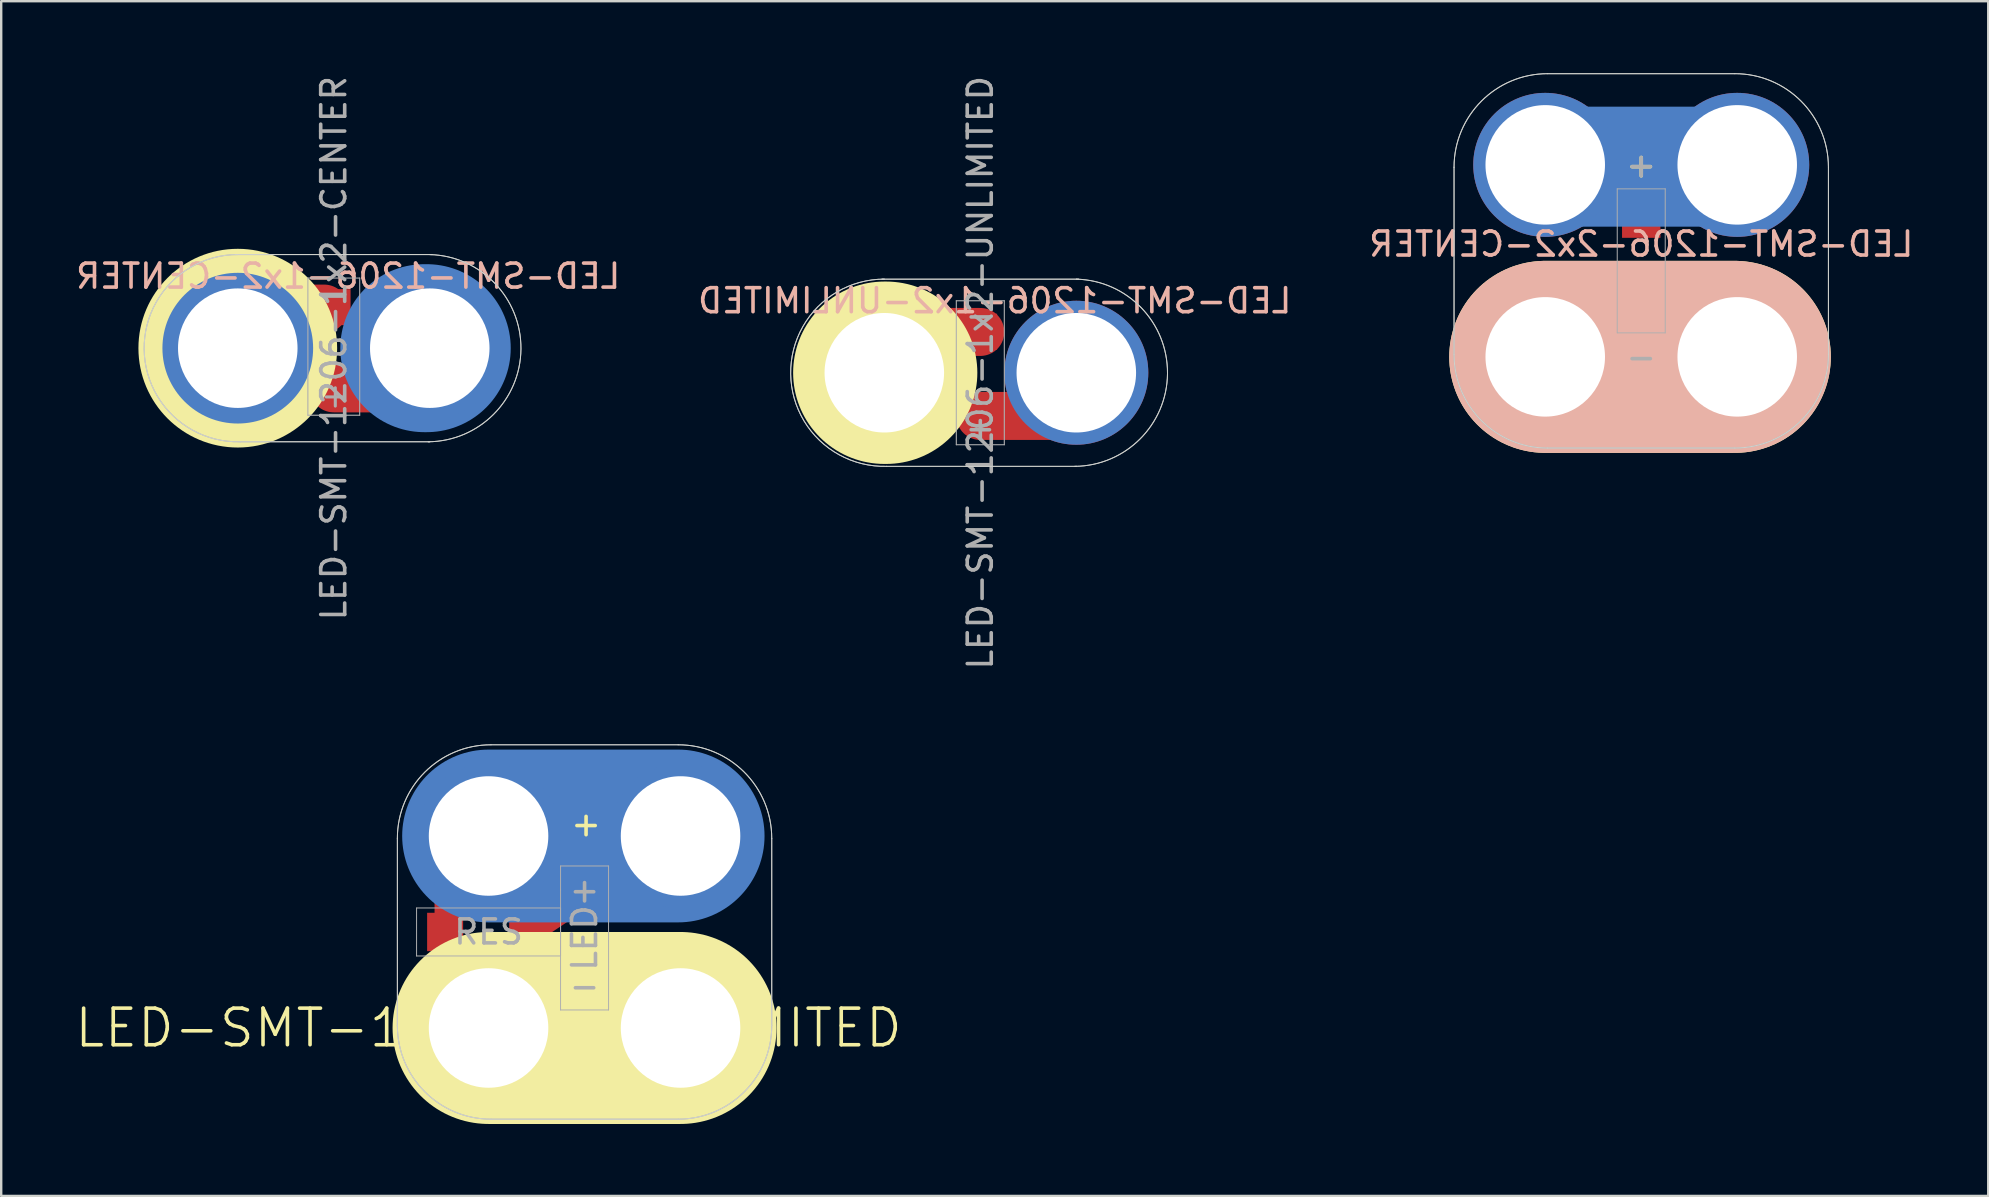
<source format=kicad_pcb>
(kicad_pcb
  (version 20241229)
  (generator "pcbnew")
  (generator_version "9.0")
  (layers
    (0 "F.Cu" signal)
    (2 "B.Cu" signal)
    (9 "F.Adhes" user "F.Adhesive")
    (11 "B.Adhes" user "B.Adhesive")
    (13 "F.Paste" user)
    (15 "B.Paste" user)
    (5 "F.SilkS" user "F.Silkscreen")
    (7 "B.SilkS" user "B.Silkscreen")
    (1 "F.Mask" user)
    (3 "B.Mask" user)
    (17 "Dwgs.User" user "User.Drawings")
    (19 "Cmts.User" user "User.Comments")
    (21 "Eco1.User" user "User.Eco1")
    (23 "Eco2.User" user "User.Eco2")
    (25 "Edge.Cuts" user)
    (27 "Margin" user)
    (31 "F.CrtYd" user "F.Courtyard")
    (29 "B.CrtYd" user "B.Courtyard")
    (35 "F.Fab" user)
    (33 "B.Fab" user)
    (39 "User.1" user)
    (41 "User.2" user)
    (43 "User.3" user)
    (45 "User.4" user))
  (footprint "LED-SMT-1206-1x2-CENTER"
    (layer "F.Cu")
    (at 6.858 11.458)
    (property "Reference" "LED-SMT-1206-1x2-CENTER" (at 4.6 -3 0) (layer "B.SilkS") (effects (font (size 1 1) (thickness 0.15)) (justify mirror)))
    (attr through_hole)
    (fp_line (start -0.25 -1.65) (end 3.6 -1.65) (stroke (width 2) (type solid)) (layer "F.Cu"))
    (fp_line (start 4 1.675) (end 7.85 1.675) (stroke (width 2) (type solid)) (layer "F.Cu"))
    (fp_arc (start 0 2.7178) (mid -2.7178 0) (end 0 -2.7178) (stroke (width 0.6) (type solid)) (layer "F.Mask"))
    (fp_arc (start 8.001 -2.7178) (mid 10.7188 0) (end 8.001 2.7178) (stroke (width 0.6) (type solid)) (layer "F.Mask"))
    (fp_line (start 0 0) (end 0.102 0) (stroke (width 7) (type solid)) (layer "B.Cu"))
    (fp_line (start 7.772 0) (end 7.874 0) (stroke (width 7) (type solid)) (layer "B.Cu"))
    (fp_line (start 0 0) (end 0.102 0) (stroke (width 7) (type solid)) (layer "B.Mask"))
    (fp_line (start 7.772 -0.025) (end 7.874 -0.025) (stroke (width 7) (type solid)) (layer "B.Mask"))
    (fp_circle (center 0 0) (end 1 3.5) (stroke (width 1) (type solid)) (fill no) (layer "F.SilkS"))
    (fp_line (start 8 3.9) (end 0.1 3.9) (stroke (width 0.041) (type solid)) (layer "Edge.Cuts"))
    (fp_line (start 8.1 -3.9) (end -0.1 -3.9) (stroke (width 0.041) (type solid)) (layer "Edge.Cuts"))
    (fp_arc (start 0.1 3.9) (mid -3.900961 0.050004) (end 0 -3.901282) (stroke (width 0.04064) (type solid)) (layer "Edge.Cuts"))
    (fp_arc (start 8 -3.9) (mid 11.801151 0.03192) (end 7.936169 3.901114) (stroke (width 0.04064) (type solid)) (layer "Edge.Cuts"))
    (fp_line (start 2.921 -2.921) (end 5.08 -2.921) (stroke (width 0.046) (type solid)) (layer "F.Fab"))
    (fp_line (start 2.921 2.794) (end 2.921 -2.921) (stroke (width 0.046) (type solid)) (layer "F.Fab"))
    (fp_line (start 3.683 -2.159) (end 4.445 -2.159) (stroke (width 0.127) (type solid)) (layer "F.Fab"))
    (fp_line (start 3.683 2.032) (end 4.445 2.032) (stroke (width 0.127) (type solid)) (layer "F.Fab"))
    (fp_line (start 4.064 2.413) (end 4.064 1.651) (stroke (width 0.127) (type solid)) (layer "F.Fab"))
    (fp_line (start 5.08 -2.921) (end 5.08 2.794) (stroke (width 0.046) (type solid)) (layer "F.Fab"))
    (fp_line (start 5.08 2.794) (end 2.921 2.794) (stroke (width 0.046) (type solid)) (layer "F.Fab"))
    (fp_line (start 8 3.9) (end 0.1 3.9) (stroke (width 0.041) (type solid)) (layer "F.Fab"))
    (fp_line (start 8.1 -3.9) (end -0.1 -3.9) (stroke (width 0.041) (type solid)) (layer "F.Fab"))
    (fp_arc (start 0.1 3.9) (mid -3.900961 0.050004) (end 0 -3.901282) (stroke (width 0.04064) (type solid)) (layer "F.Fab"))
    (fp_arc (start 8 -3.9) (mid 11.801151 0.03192) (end 7.936169 3.901114) (stroke (width 0.04064) (type solid)) (layer "F.Fab"))
    (fp_text user "" (at 4 0 90) (layer "B.SilkS") (effects (font (size 1 1) (thickness 0.15)) (justify mirror)))
    (fp_text user "${REFERENCE}" (at 4 0 90) (layer "F.Fab") (effects (font (size 1 1) (thickness 0.15))))
    (pad "+" smd rect (at 4 1.71) (size 1.4 1.4) (layers "F.Cu" "F.Mask" "F.Paste"))
    (pad "+" thru_hole circle (at 8 0) (size 6 6) (drill 4.98) (layers "*.Cu" "B.Mask"))
    (pad "-" thru_hole circle (at 0 0) (size 6 6) (drill 4.98) (layers "*.Cu" "B.Mask"))
    (pad "-" smd rect (at 4 -1.71) (size 1.4 1.5) (layers "F.Cu" "F.Mask" "F.Paste")))
  (footprint "LED-SMT-1206-2x2-LIMITED"
    (layer "F.Cu")
    (at 17.308 39.785)
    (property "Reference" "LED-SMT-1206-2x2-LIMITED" (at 0 0 0) (layer "F.SilkS") (effects (font (size 1.524 1.524) (thickness 0.15))))
    (attr through_hole)
    (fp_line (start -1.75 -7) (end -1.75 -4) (stroke (width 1) (type solid)) (layer "F.Cu"))
    (fp_line (start 0.05 1.75) (end 8.175 1.75) (stroke (width 2) (type solid)) (layer "F.Cu"))
    (fp_line (start 1.75 -4) (end 4 -5.5) (stroke (width 1) (type solid)) (layer "F.Cu"))
    (fp_line (start 0 -8) (end 7.9 -8) (stroke (width 7.2) (type solid)) (layer "B.Cu"))
    (fp_line (start 0 0) (end 7.9 0) (stroke (width 7.2) (type solid)) (layer "B.Cu"))
    (fp_line (start 0 -8) (end 7.9 -8) (stroke (width 7.2) (type solid)) (layer "B.Mask"))
    (fp_line (start 0 0) (end 7.9 0) (stroke (width 7.2) (type solid)) (layer "B.Mask"))
    (fp_line (start 0 0) (end 8 0) (stroke (width 8) (type solid)) (layer "F.SilkS"))
    (fp_line (start -3.8 -0.1) (end -3.8 -7.9) (stroke (width 0.041) (type solid)) (layer "Edge.Cuts"))
    (fp_line (start 7.9 -11.8) (end 0.1 -11.8) (stroke (width 0.041) (type solid)) (layer "Edge.Cuts"))
    (fp_line (start 7.9 3.8) (end 0.1 3.8) (stroke (width 0.041) (type solid)) (layer "Edge.Cuts"))
    (fp_line (start 11.8 -0.1) (end 11.8 -7.9) (stroke (width 0.041) (type solid)) (layer "Edge.Cuts"))
    (fp_arc (start -3.8 -7.9) (mid -2.657716 -10.657716) (end 0.1 -11.8) (stroke (width 0.04064) (type solid)) (layer "Edge.Cuts"))
    (fp_arc (start 0.1 3.8) (mid -2.657716 2.657716) (end -3.8 -0.1) (stroke (width 0.04064) (type solid)) (layer "Edge.Cuts"))
    (fp_arc (start 7.9 -11.8) (mid 10.657716 -10.657716) (end 11.8 -7.9) (stroke (width 0.04064) (type solid)) (layer "Edge.Cuts"))
    (fp_arc (start 11.8 -0.1) (mid 10.657716 2.657716) (end 7.9 3.8) (stroke (width 0.04064) (type solid)) (layer "Edge.Cuts"))
    (fp_line (start -3.8 -0.1) (end -3.8 -7.9) (stroke (width 0.041) (type solid)) (layer "F.Fab"))
    (fp_line (start -3 -5) (end 3 -5) (stroke (width 0.041) (type solid)) (layer "F.Fab"))
    (fp_line (start -3 -3) (end -3 -5) (stroke (width 0.041) (type solid)) (layer "F.Fab"))
    (fp_line (start 3 -6.75) (end 3 -5.75) (stroke (width 0.041) (type solid)) (layer "F.Fab"))
    (fp_line (start 3 -5.75) (end 3 -0.75) (stroke (width 0.041) (type solid)) (layer "F.Fab"))
    (fp_line (start 3 -5) (end 3 -3) (stroke (width 0.041) (type solid)) (layer "F.Fab"))
    (fp_line (start 3 -3) (end -3 -3) (stroke (width 0.041) (type solid)) (layer "F.Fab"))
    (fp_line (start 3 -0.75) (end 5 -0.75) (stroke (width 0.041) (type solid)) (layer "F.Fab"))
    (fp_line (start 5 -6.75) (end 3 -6.75) (stroke (width 0.041) (type solid)) (layer "F.Fab"))
    (fp_line (start 5 -0.75) (end 5 -6.75) (stroke (width 0.041) (type solid)) (layer "F.Fab"))
    (fp_line (start 7.9 -11.8) (end 0.1 -11.8) (stroke (width 0.041) (type solid)) (layer "F.Fab"))
    (fp_line (start 7.9 3.8) (end 0.1 3.8) (stroke (width 0.041) (type solid)) (layer "F.Fab"))
    (fp_line (start 11.8 -0.1) (end 11.8 -7.9) (stroke (width 0.041) (type solid)) (layer "F.Fab"))
    (fp_arc (start -3.8 -7.9) (mid -2.657716 -10.657716) (end 0.1 -11.8) (stroke (width 0.04064) (type solid)) (layer "F.Fab"))
    (fp_arc (start 0.1 3.8) (mid -2.657716 2.657716) (end -3.8 -0.1) (stroke (width 0.04064) (type solid)) (layer "F.Fab"))
    (fp_arc (start 7.9 -11.8) (mid 10.657716 -10.657716) (end 11.8 -7.9) (stroke (width 0.04064) (type solid)) (layer "F.Fab"))
    (fp_arc (start 11.8 -0.1) (mid 10.657716 2.657716) (end 7.9 3.8) (stroke (width 0.04064) (type solid)) (layer "F.Fab"))
    (fp_text user "+" (at 4.063 -8.509 0) (layer "F.SilkS") (effects (font (size 1 1) (thickness 0.15))))
    (fp_text user "LED" (at 4 -3.75 90) (layer "F.Fab") (effects (font (size 1 1) (thickness 0.15))))
    (fp_text user "-" (at 4 -1.75 0) (layer "F.Fab") (effects (font (size 1 1) (thickness 0.15))))
    (fp_text user "+" (at 4 -5.75 0) (layer "F.Fab") (effects (font (size 1 1) (thickness 0.15))))
    (fp_text user "RES" (at 0 -4 180) (layer "F.Fab") (effects (font (size 1 1) (thickness 0.15))))
    (pad "+" thru_hole circle (at 0 -8) (size 6 6) (drill 4.98) (layers "*.Cu" "B.Mask"))
    (pad "+" thru_hole circle (at 8 -8) (size 6 6) (drill 4.98) (layers "*.Cu" "B.Mask"))
    (pad "-" thru_hole circle (at 0 0) (size 6 6) (drill 4.98) (layers "*.Cu" "B.Mask"))
    (pad "-" thru_hole circle (at 8 0) (size 6 6) (drill 4.98) (layers "*.Cu" "B.Mask"))
    (pad "1" smd rect (at -1.81 -4 90) (size 1.6 1.5) (layers "F.Cu" "F.Mask" "F.Paste"))
    (pad "2" smd rect (at 4 -2.04) (size 1.6 1.5) (layers "F.Cu" "F.Mask" "F.Paste"))
    (pad "3" smd rect (at 1.61 -4 90) (size 1.6 1.5) (layers "F.Cu" "F.Mask" "F.Paste"))
    (pad "3" smd rect (at 4 -5.46) (size 1.6 1.5) (layers "F.Cu" "F.Mask" "F.Paste")))
  (footprint "LED-SMT-1206-2x2-CENTER"
    (layer "F.Cu")
    (at 61.339 11.82)
    (property "Reference" "LED-SMT-1206-2x2-CENTER" (at 4 -4.7 0) (layer "B.SilkS") (effects (font (size 1 1) (thickness 0.15)) (justify mirror)))
    (attr through_hole)
    (fp_line (start 0 0) (end 7.9 0) (stroke (width 5) (type solid)) (layer "B.Cu"))
    (fp_line (start 0.025 -7.925) (end 7.925 -7.925) (stroke (width 5) (type solid)) (layer "B.Cu"))
    (fp_line (start 0 0) (end 7.9 0) (stroke (width 5) (type solid)) (layer "B.Mask"))
    (fp_line (start 0.025 -7.925) (end 7.925 -7.925) (stroke (width 5) (type solid)) (layer "B.Mask"))
    (fp_line (start 0 0) (end 7.9 0) (stroke (width 8) (type solid)) (layer "F.SilkS"))
    (fp_line (start 0 0) (end 7.9 0) (stroke (width 8) (type solid)) (layer "B.SilkS"))
    (fp_line (start -3.8 -0.1) (end -3.8 -7.9) (stroke (width 0.041) (type solid)) (layer "Edge.Cuts"))
    (fp_line (start 7.9 -11.8) (end 0.1 -11.8) (stroke (width 0.041) (type solid)) (layer "Edge.Cuts"))
    (fp_line (start 7.9 3.8) (end 0.1 3.8) (stroke (width 0.041) (type solid)) (layer "Edge.Cuts"))
    (fp_line (start 11.8 -0.1) (end 11.8 -7.9) (stroke (width 0.041) (type solid)) (layer "Edge.Cuts"))
    (fp_arc (start -3.8 -7.9) (mid -2.657716 -10.657716) (end 0.1 -11.8) (stroke (width 0.04064) (type solid)) (layer "Edge.Cuts"))
    (fp_arc (start 0.1 3.8) (mid -2.657716 2.657716) (end -3.8 -0.1) (stroke (width 0.04064) (type solid)) (layer "Edge.Cuts"))
    (fp_arc (start 7.9 -11.8) (mid 10.657716 -10.657716) (end 11.8 -7.9) (stroke (width 0.04064) (type solid)) (layer "Edge.Cuts"))
    (fp_arc (start 11.8 -0.1) (mid 10.657716 2.657716) (end 7.9 3.8) (stroke (width 0.04064) (type solid)) (layer "Edge.Cuts"))
    (fp_line (start -3.8 -0.1) (end -3.8 -7.9) (stroke (width 0.041) (type solid)) (layer "F.Fab"))
    (fp_line (start 3 -7) (end 5 -7) (stroke (width 0.041) (type solid)) (layer "F.Fab"))
    (fp_line (start 3 -1) (end 3 -7) (stroke (width 0.041) (type solid)) (layer "F.Fab"))
    (fp_line (start 5 -7) (end 5 -1) (stroke (width 0.041) (type solid)) (layer "F.Fab"))
    (fp_line (start 5 -1) (end 3 -1) (stroke (width 0.041) (type solid)) (layer "F.Fab"))
    (fp_line (start 7.9 -11.8) (end 0.1 -11.8) (stroke (width 0.041) (type solid)) (layer "F.Fab"))
    (fp_line (start 7.9 3.8) (end 0.1 3.8) (stroke (width 0.041) (type solid)) (layer "F.Fab"))
    (fp_line (start 11.8 -0.1) (end 11.8 -7.9) (stroke (width 0.041) (type solid)) (layer "F.Fab"))
    (fp_arc (start -3.8 -7.9) (mid -2.657716 -10.657716) (end 0.1 -11.8) (stroke (width 0.04064) (type solid)) (layer "F.Fab"))
    (fp_arc (start 0.1 3.8) (mid -2.657716 2.657716) (end -3.8 -0.1) (stroke (width 0.04064) (type solid)) (layer "F.Fab"))
    (fp_arc (start 7.9 -11.8) (mid 10.657716 -10.657716) (end 11.8 -7.9) (stroke (width 0.04064) (type solid)) (layer "F.Fab"))
    (fp_arc (start 11.8 -0.1) (mid 10.657716 2.657716) (end 7.9 3.8) (stroke (width 0.04064) (type solid)) (layer "F.Fab"))
    (fp_text user "+" (at 4 -8 0) (layer "F.SilkS") (effects (font (size 1 1) (thickness 0.15))))
    (fp_text user "-" (at 4 0 0) (layer "F.Fab") (effects (font (size 1 1) (thickness 0.15))))
    (fp_text user "+" (at 4 -8 0) (layer "F.Fab") (effects (font (size 1 1) (thickness 0.15))))
    (pad "1" thru_hole circle (at 0 -8) (size 6 6) (drill 4.98) (layers "*.Cu" "*.Mask"))
    (pad "1" smd rect (at 4 -5.71) (size 1.6 1.5) (layers "F.Cu" "F.Mask" "F.Paste"))
    (pad "1" thru_hole circle (at 8 -8) (size 6 6) (drill 4.98) (layers "*.Cu" "*.Mask"))
    (pad "2" thru_hole circle (at 0 0) (size 6 6) (drill 4.98) (layers "*.Cu" "*.Mask"))
    (pad "2" smd rect (at 4 -2.29) (size 1.6 1.5) (layers "F.Cu" "F.Mask" "F.Paste"))
    (pad "2" thru_hole circle (at 8 0) (size 6 6) (drill 4.98) (layers "*.Cu" "*.Mask")))
  (footprint "LED-SMT-1206-1x2-UNLIMITED"
    (layer "F.Cu")
    (at 33.799 12.482)
    (property "Reference" "LED-SMT-1206-1x2-UNLIMITED" (at 4.6 -3 0) (layer "B.SilkS") (effects (font (size 1 1) (thickness 0.15)) (justify mirror)))
    (attr through_hole)
    (fp_line (start 4 -1.7) (end -0.2 -1.7) (stroke (width 2) (type solid)) (layer "F.Cu"))
    (fp_line (start 8.2 1.8) (end 4 1.8) (stroke (width 2) (type solid)) (layer "F.Cu"))
    (fp_arc (start -0.0254 2.7432) (mid -2.743288 -0.0127) (end 0 -2.743318) (stroke (width 0.6) (type solid)) (layer "F.Mask"))
    (fp_arc (start 7.9756 -2.7432) (mid 10.693488 0.0127) (end 7.9502 2.743318) (stroke (width 0.6) (type solid)) (layer "F.Mask"))
    (fp_line (start 0 0) (end 0.076 0) (stroke (width 7.6) (type solid)) (layer "F.SilkS"))
    (fp_line (start 8 3.9) (end 0.1 3.9) (stroke (width 0.041) (type solid)) (layer "Edge.Cuts"))
    (fp_line (start 8.1 -3.9) (end -0.1 -3.9) (stroke (width 0.041) (type solid)) (layer "Edge.Cuts"))
    (fp_arc (start 0.1 3.9) (mid -3.900961 0.050004) (end 0 -3.901282) (stroke (width 0.04064) (type solid)) (layer "Edge.Cuts"))
    (fp_arc (start 8 -3.9) (mid 11.801151 0.03192) (end 7.936169 3.901114) (stroke (width 0.04064) (type solid)) (layer "Edge.Cuts"))
    (fp_line (start 3 -3) (end 3 3) (stroke (width 0.046) (type solid)) (layer "F.Fab"))
    (fp_line (start 3 3) (end 5 3) (stroke (width 0.046) (type solid)) (layer "F.Fab"))
    (fp_line (start 5 -3) (end 3 -3) (stroke (width 0.046) (type solid)) (layer "F.Fab"))
    (fp_line (start 5 3) (end 5 -3) (stroke (width 0.046) (type solid)) (layer "F.Fab"))
    (fp_line (start 8 3.9) (end 0.1 3.9) (stroke (width 0.041) (type solid)) (layer "F.Fab"))
    (fp_line (start 8.1 -3.9) (end -0.1 -3.9) (stroke (width 0.041) (type solid)) (layer "F.Fab"))
    (fp_arc (start 0.1 3.9) (mid -3.900961 0.050004) (end 0 -3.901282) (stroke (width 0.04064) (type solid)) (layer "F.Fab"))
    (fp_arc (start 8 -3.9) (mid 11.801151 0.03192) (end 7.936169 3.901114) (stroke (width 0.04064) (type solid)) (layer "F.Fab"))
    (fp_text user "" (at 4 0 90) (layer "B.SilkS") (effects (font (size 1 1) (thickness 0.15)) (justify mirror)))
    (fp_text user "+" (at 4 2.3 0) (layer "F.Fab") (effects (font (size 1 1) (thickness 0.15))))
    (fp_text user "${REFERENCE}" (at 4 0 90) (layer "F.Fab") (effects (font (size 1 1) (thickness 0.15))))
    (fp_text user "-" (at 4 -2.4 0) (layer "F.Fab") (effects (font (size 1 1) (thickness 0.15))))
    (pad "+" smd rect (at 4 1.71) (size 1.4 1.4) (layers "F.Cu" "F.Mask" "F.Paste"))
    (pad "+" thru_hole circle (at 8 0) (size 6 6) (drill 4.98) (layers "*.Cu" "B.Mask"))
    (pad "-" thru_hole circle (at 0 0) (size 6 6) (drill 4.98) (layers "*.Cu" "B.Mask"))
    (pad "-" smd rect (at 4 -1.71) (size 1.4 1.5) (layers "F.Cu" "F.Mask" "F.Paste")))
  (gr_rect
    (start -3 -3)
    (end 79.798 46.785)
    (stroke (width 0.1) (type default))
    (fill no)
    (layer "Edge.Cuts")))
</source>
